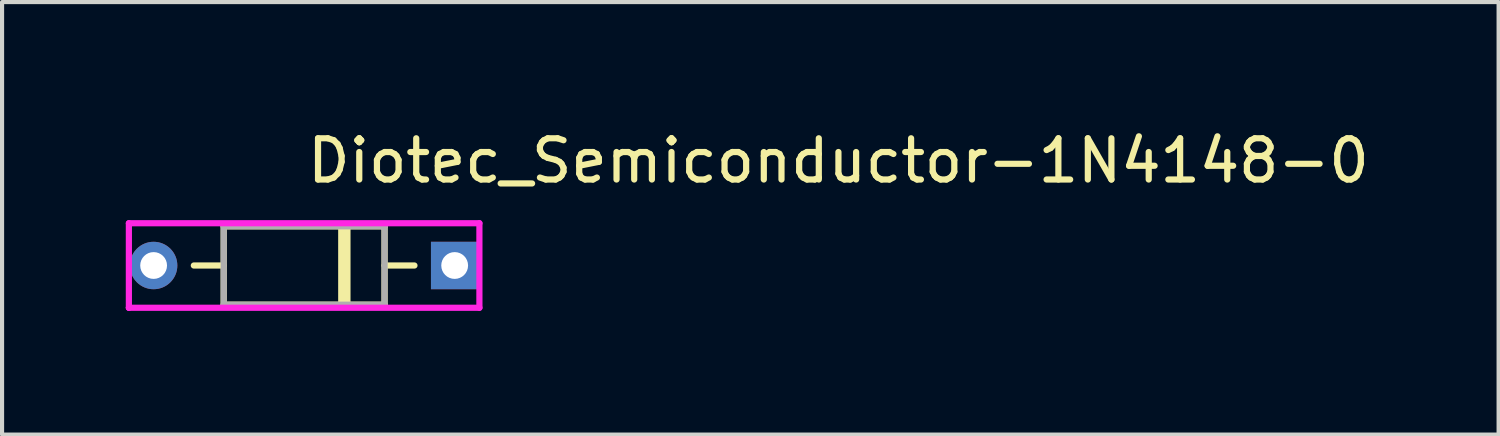
<source format=kicad_pcb>
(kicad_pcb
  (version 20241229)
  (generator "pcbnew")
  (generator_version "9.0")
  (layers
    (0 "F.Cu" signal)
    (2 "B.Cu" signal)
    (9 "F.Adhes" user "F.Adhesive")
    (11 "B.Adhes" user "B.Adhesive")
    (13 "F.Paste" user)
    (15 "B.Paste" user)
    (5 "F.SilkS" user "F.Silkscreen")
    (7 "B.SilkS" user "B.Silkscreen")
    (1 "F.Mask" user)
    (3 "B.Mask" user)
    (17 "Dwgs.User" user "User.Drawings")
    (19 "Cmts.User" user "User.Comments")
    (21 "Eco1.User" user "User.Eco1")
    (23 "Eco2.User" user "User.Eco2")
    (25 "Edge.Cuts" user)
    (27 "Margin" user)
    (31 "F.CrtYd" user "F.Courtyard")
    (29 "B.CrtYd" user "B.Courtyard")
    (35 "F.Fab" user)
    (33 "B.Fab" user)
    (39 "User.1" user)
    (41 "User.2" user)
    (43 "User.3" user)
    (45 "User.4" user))
  (footprint "Diotec_Semiconductor-1N4148-0"
    (layer "F.Cu")
    (at 4.325 3.388)
    (property "Reference" "Diotec_Semiconductor-1N4148-0" (at 0 -2.54 0) (layer "F.SilkS") (effects (font (size 1 1) (thickness 0.15)) (justify left)))
    (attr through_hole)
    (fp_line (start -1.95 -0.95) (end 1.95 -0.95) (stroke (width 0.15) (type solid)) (layer "F.SilkS"))
    (fp_line (start -1.95 0) (end -2.675 0) (stroke (width 0.15) (type solid)) (layer "F.SilkS"))
    (fp_line (start -1.95 0.95) (end -1.95 -0.95) (stroke (width 0.15) (type solid)) (layer "F.SilkS"))
    (fp_line (start 0.975 -0.88) (end 0.975 0.88) (stroke (width 0.3) (type solid)) (layer "F.SilkS"))
    (fp_line (start 1.95 -0.95) (end 1.95 0.95) (stroke (width 0.15) (type solid)) (layer "F.SilkS"))
    (fp_line (start 1.95 0) (end 2.675 0) (stroke (width 0.15) (type solid)) (layer "F.SilkS"))
    (fp_line (start 1.95 0.95) (end -1.95 0.95) (stroke (width 0.15) (type solid)) (layer "F.SilkS"))
    (fp_line (start -4.25 -1.025) (end -4.25 1.025) (stroke (width 0.15) (type solid)) (layer "F.CrtYd"))
    (fp_line (start -4.25 1.025) (end -4.25 1.025) (stroke (width 0.15) (type solid)) (layer "F.CrtYd"))
    (fp_line (start -4.25 1.025) (end 4.25 1.025) (stroke (width 0.15) (type solid)) (layer "F.CrtYd"))
    (fp_line (start 4.25 -1.025) (end -4.25 -1.025) (stroke (width 0.15) (type solid)) (layer "F.CrtYd"))
    (fp_line (start 4.25 1.025) (end 4.25 -1.025) (stroke (width 0.15) (type solid)) (layer "F.CrtYd"))
    (fp_line (start -1.95 -0.95) (end 1.95 -0.95) (stroke (width 0.15) (type solid)) (layer "F.Fab"))
    (fp_line (start -1.95 0.95) (end -1.95 -0.95) (stroke (width 0.15) (type solid)) (layer "F.Fab"))
    (fp_line (start 1.95 -0.95) (end 1.95 0.95) (stroke (width 0.15) (type solid)) (layer "F.Fab"))
    (fp_line (start 1.95 0.95) (end -1.95 0.95) (stroke (width 0.15) (type solid)) (layer "F.Fab"))
    (pad "1" thru_hole rect (at 3.65 0 180) (size 1.15 1.15) (drill 0.65) (layers "*.Cu" "*.Mask"))
    (pad "2" thru_hole circle (at -3.65 0 180) (size 1.15 1.15) (drill 0.65) (layers "*.Cu" "*.Mask")))
  (gr_rect
    (start -3 -3)
    (end 33.289 7.488)
    (stroke (width 0.1) (type default))
    (fill no)
    (layer "Edge.Cuts")))
</source>
